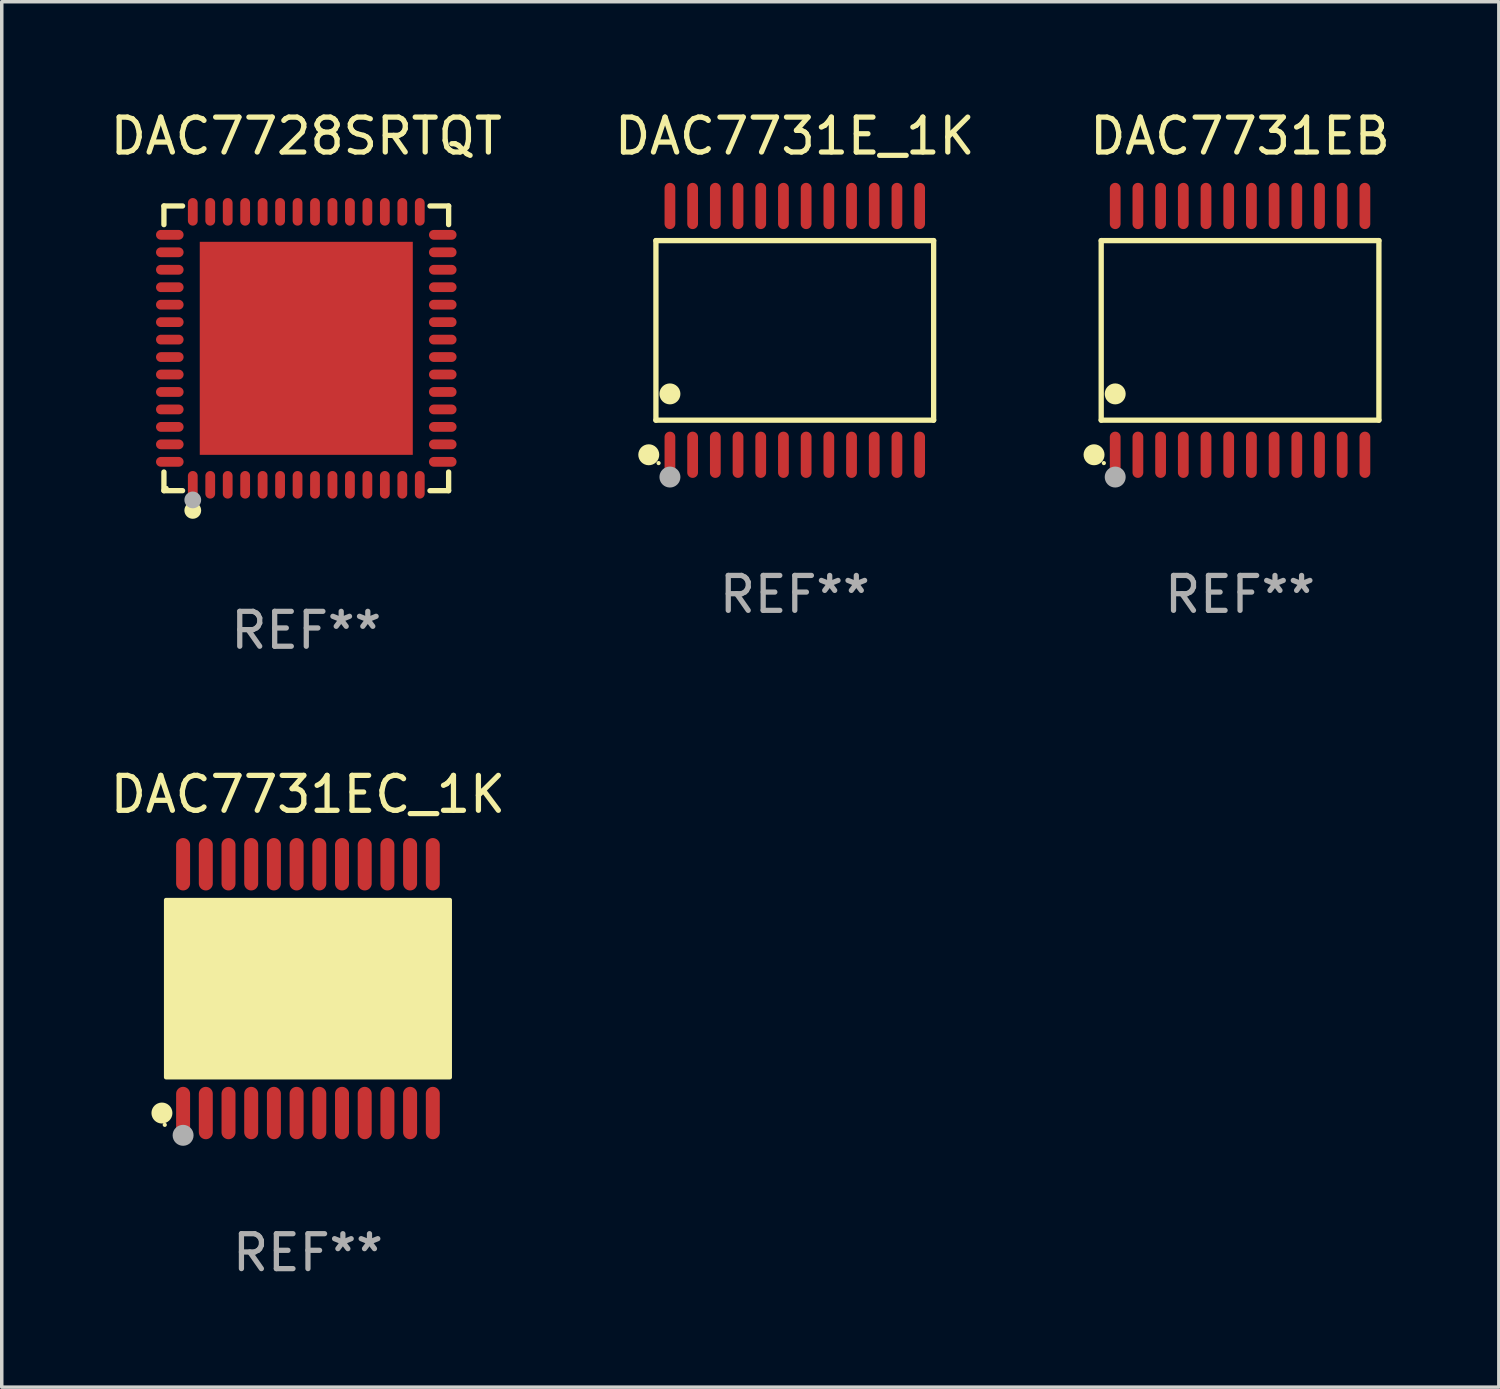
<source format=kicad_pcb>
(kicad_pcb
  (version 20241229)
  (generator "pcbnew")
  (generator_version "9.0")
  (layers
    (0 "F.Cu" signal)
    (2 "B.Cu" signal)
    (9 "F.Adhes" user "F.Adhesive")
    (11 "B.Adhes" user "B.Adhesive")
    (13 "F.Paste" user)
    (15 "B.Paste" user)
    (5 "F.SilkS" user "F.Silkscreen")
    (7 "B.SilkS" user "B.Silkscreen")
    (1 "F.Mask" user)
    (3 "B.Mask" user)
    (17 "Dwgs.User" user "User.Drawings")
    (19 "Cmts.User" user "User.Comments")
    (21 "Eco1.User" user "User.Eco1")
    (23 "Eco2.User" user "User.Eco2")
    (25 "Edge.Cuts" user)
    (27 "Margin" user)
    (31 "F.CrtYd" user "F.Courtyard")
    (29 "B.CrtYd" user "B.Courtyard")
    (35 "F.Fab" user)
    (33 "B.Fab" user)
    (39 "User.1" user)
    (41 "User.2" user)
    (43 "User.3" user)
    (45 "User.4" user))
  (footprint "DAC7731EB"
    (layer "F.Cu")
    (at 32.458 6.41)
    (property "Reference" "DAC7731EB" (at 0 -5.562 0) (layer "F.SilkS") (effects (font (size 1 1) (thickness 0.15))))
    (attr through_hole)
    (fp_line (start -3.976 -2.571) (end 3.976 -2.571) (stroke (width 0.152) (type solid)) (layer "F.SilkS"))
    (fp_line (start -3.976 2.571) (end -3.976 -2.571) (stroke (width 0.152) (type solid)) (layer "F.SilkS"))
    (fp_line (start 3.976 -2.571) (end 3.976 2.571) (stroke (width 0.152) (type solid)) (layer "F.SilkS"))
    (fp_line (start 3.976 2.571) (end -3.976 2.571) (stroke (width 0.152) (type solid)) (layer "F.SilkS"))
    (fp_circle (center -4.181 3.562) (end -4.031 3.562) (stroke (width 0.3) (type solid)) (fill no) (layer "F.SilkS"))
    (fp_circle (center -3.9 3.8) (end -3.87 3.8) (stroke (width 0.06) (type solid)) (fill no) (layer "F.SilkS"))
    (fp_circle (center -3.575 1.819) (end -3.425 1.819) (stroke (width 0.3) (type solid)) (fill no) (layer "F.SilkS"))
    (fp_circle (center -3.575 4.2) (end -3.425 4.2) (stroke (width 0.3) (type solid)) (fill no) (layer "F.Fab"))
    (fp_text user "REF**" (at 0 7.562 0) (layer "F.Fab") (effects (font (size 1 1) (thickness 0.15))))
    (pad "1" smd oval (at -3.575 3.562) (size 0.308 1.324) (layers "F.Cu" "F.Mask" "F.Paste"))
    (pad "2" smd oval (at -2.925 3.562) (size 0.308 1.324) (layers "F.Cu" "F.Mask" "F.Paste"))
    (pad "3" smd oval (at -2.275 3.562) (size 0.308 1.324) (layers "F.Cu" "F.Mask" "F.Paste"))
    (pad "4" smd oval (at -1.625 3.562) (size 0.308 1.324) (layers "F.Cu" "F.Mask" "F.Paste"))
    (pad "5" smd oval (at -0.975 3.562) (size 0.308 1.324) (layers "F.Cu" "F.Mask" "F.Paste"))
    (pad "6" smd oval (at -0.325 3.562) (size 0.308 1.324) (layers "F.Cu" "F.Mask" "F.Paste"))
    (pad "7" smd oval (at 0.325 3.562) (size 0.308 1.324) (layers "F.Cu" "F.Mask" "F.Paste"))
    (pad "8" smd oval (at 0.975 3.562) (size 0.308 1.324) (layers "F.Cu" "F.Mask" "F.Paste"))
    (pad "9" smd oval (at 1.625 3.562) (size 0.308 1.324) (layers "F.Cu" "F.Mask" "F.Paste"))
    (pad "10" smd oval (at 2.275 3.562) (size 0.308 1.324) (layers "F.Cu" "F.Mask" "F.Paste"))
    (pad "11" smd oval (at 2.925 3.562) (size 0.308 1.324) (layers "F.Cu" "F.Mask" "F.Paste"))
    (pad "12" smd oval (at 3.575 3.562) (size 0.308 1.324) (layers "F.Cu" "F.Mask" "F.Paste"))
    (pad "13" smd oval (at 3.575 -3.562) (size 0.308 1.324) (layers "F.Cu" "F.Mask" "F.Paste"))
    (pad "14" smd oval (at 2.925 -3.562) (size 0.308 1.324) (layers "F.Cu" "F.Mask" "F.Paste"))
    (pad "15" smd oval (at 2.275 -3.562) (size 0.308 1.324) (layers "F.Cu" "F.Mask" "F.Paste"))
    (pad "16" smd oval (at 1.625 -3.562) (size 0.308 1.324) (layers "F.Cu" "F.Mask" "F.Paste"))
    (pad "17" smd oval (at 0.975 -3.562) (size 0.308 1.324) (layers "F.Cu" "F.Mask" "F.Paste"))
    (pad "18" smd oval (at 0.325 -3.562) (size 0.308 1.324) (layers "F.Cu" "F.Mask" "F.Paste"))
    (pad "19" smd oval (at -0.325 -3.562) (size 0.308 1.324) (layers "F.Cu" "F.Mask" "F.Paste"))
    (pad "20" smd oval (at -0.975 -3.562) (size 0.308 1.324) (layers "F.Cu" "F.Mask" "F.Paste"))
    (pad "21" smd oval (at -1.625 -3.562) (size 0.308 1.324) (layers "F.Cu" "F.Mask" "F.Paste"))
    (pad "22" smd oval (at -2.275 -3.562) (size 0.308 1.324) (layers "F.Cu" "F.Mask" "F.Paste"))
    (pad "23" smd oval (at -2.925 -3.562) (size 0.308 1.324) (layers "F.Cu" "F.Mask" "F.Paste"))
    (pad "24" smd oval (at -3.575 -3.562) (size 0.308 1.324) (layers "F.Cu" "F.Mask" "F.Paste")))
  (footprint "DAC7728SRTQT"
    (layer "F.Cu")
    (at 5.72 6.924)
    (property "Reference" "DAC7728SRTQT" (at 0 -6.076 0) (layer "F.SilkS") (effects (font (size 1 1) (thickness 0.15))))
    (attr through_hole)
    (fp_line (start -4.076 -4.076) (end -4.076 -3.542) (stroke (width 0.152) (type solid)) (layer "F.SilkS"))
    (fp_line (start -4.076 4.076) (end -4.076 3.542) (stroke (width 0.152) (type solid)) (layer "F.SilkS"))
    (fp_line (start -3.542 -4.076) (end -4.076 -4.076) (stroke (width 0.152) (type solid)) (layer "F.SilkS"))
    (fp_line (start -3.542 4.076) (end -4.076 4.076) (stroke (width 0.152) (type solid)) (layer "F.SilkS"))
    (fp_line (start 3.542 -4.076) (end 4.076 -4.076) (stroke (width 0.152) (type solid)) (layer "F.SilkS"))
    (fp_line (start 3.542 4.076) (end 4.076 4.076) (stroke (width 0.152) (type solid)) (layer "F.SilkS"))
    (fp_line (start 4.076 -4.076) (end 4.076 -3.542) (stroke (width 0.152) (type solid)) (layer "F.SilkS"))
    (fp_line (start 4.076 4.076) (end 4.076 3.542) (stroke (width 0.152) (type solid)) (layer "F.SilkS"))
    (fp_circle (center -4 4) (end -3.97 4) (stroke (width 0.06) (type solid)) (fill no) (layer "F.SilkS"))
    (fp_circle (center -3.25 4.641) (end -3.13 4.641) (stroke (width 0.24) (type solid)) (fill no) (layer "F.SilkS"))
    (fp_circle (center -3.25 4.341) (end -3.13 4.341) (stroke (width 0.24) (type solid)) (fill no) (layer "F.Fab"))
    (fp_text user "REF**" (at 0 8.076 0) (layer "F.Fab") (effects (font (size 1 1) (thickness 0.15))))
    (pad "1" smd oval (at -3.25 3.908) (size 0.28 0.79) (layers "F.Cu" "F.Mask" "F.Paste"))
    (pad "2" smd oval (at -2.75 3.908) (size 0.28 0.79) (layers "F.Cu" "F.Mask" "F.Paste"))
    (pad "3" smd oval (at -2.25 3.908) (size 0.28 0.79) (layers "F.Cu" "F.Mask" "F.Paste"))
    (pad "4" smd oval (at -1.75 3.908) (size 0.28 0.79) (layers "F.Cu" "F.Mask" "F.Paste"))
    (pad "5" smd oval (at -1.25 3.908) (size 0.28 0.79) (layers "F.Cu" "F.Mask" "F.Paste"))
    (pad "6" smd oval (at -0.75 3.908) (size 0.28 0.79) (layers "F.Cu" "F.Mask" "F.Paste"))
    (pad "7" smd oval (at -0.25 3.908) (size 0.28 0.79) (layers "F.Cu" "F.Mask" "F.Paste"))
    (pad "8" smd oval (at 0.25 3.908) (size 0.28 0.79) (layers "F.Cu" "F.Mask" "F.Paste"))
    (pad "9" smd oval (at 0.75 3.908) (size 0.28 0.79) (layers "F.Cu" "F.Mask" "F.Paste"))
    (pad "10" smd oval (at 1.25 3.908) (size 0.28 0.79) (layers "F.Cu" "F.Mask" "F.Paste"))
    (pad "11" smd oval (at 1.75 3.908) (size 0.28 0.79) (layers "F.Cu" "F.Mask" "F.Paste"))
    (pad "12" smd oval (at 2.25 3.908) (size 0.28 0.79) (layers "F.Cu" "F.Mask" "F.Paste"))
    (pad "13" smd oval (at 2.75 3.908) (size 0.28 0.79) (layers "F.Cu" "F.Mask" "F.Paste"))
    (pad "14" smd oval (at 3.25 3.908) (size 0.28 0.79) (layers "F.Cu" "F.Mask" "F.Paste"))
    (pad "15" smd oval (at 3.908 3.25) (size 0.79 0.28) (layers "F.Cu" "F.Mask" "F.Paste"))
    (pad "16" smd oval (at 3.908 2.75) (size 0.79 0.28) (layers "F.Cu" "F.Mask" "F.Paste"))
    (pad "17" smd oval (at 3.908 2.25) (size 0.79 0.28) (layers "F.Cu" "F.Mask" "F.Paste"))
    (pad "18" smd oval (at 3.908 1.75) (size 0.79 0.28) (layers "F.Cu" "F.Mask" "F.Paste"))
    (pad "19" smd oval (at 3.908 1.25) (size 0.79 0.28) (layers "F.Cu" "F.Mask" "F.Paste"))
    (pad "20" smd oval (at 3.908 0.75) (size 0.79 0.28) (layers "F.Cu" "F.Mask" "F.Paste"))
    (pad "21" smd oval (at 3.908 0.25) (size 0.79 0.28) (layers "F.Cu" "F.Mask" "F.Paste"))
    (pad "22" smd oval (at 3.908 -0.25) (size 0.79 0.28) (layers "F.Cu" "F.Mask" "F.Paste"))
    (pad "23" smd oval (at 3.908 -0.75) (size 0.79 0.28) (layers "F.Cu" "F.Mask" "F.Paste"))
    (pad "24" smd oval (at 3.908 -1.25) (size 0.79 0.28) (layers "F.Cu" "F.Mask" "F.Paste"))
    (pad "25" smd oval (at 3.908 -1.75) (size 0.79 0.28) (layers "F.Cu" "F.Mask" "F.Paste"))
    (pad "26" smd oval (at 3.908 -2.25) (size 0.79 0.28) (layers "F.Cu" "F.Mask" "F.Paste"))
    (pad "27" smd oval (at 3.908 -2.75) (size 0.79 0.28) (layers "F.Cu" "F.Mask" "F.Paste"))
    (pad "28" smd oval (at 3.908 -3.25) (size 0.79 0.28) (layers "F.Cu" "F.Mask" "F.Paste"))
    (pad "29" smd oval (at 3.25 -3.908) (size 0.28 0.79) (layers "F.Cu" "F.Mask" "F.Paste"))
    (pad "30" smd oval (at 2.75 -3.908) (size 0.28 0.79) (layers "F.Cu" "F.Mask" "F.Paste"))
    (pad "31" smd oval (at 2.25 -3.908) (size 0.28 0.79) (layers "F.Cu" "F.Mask" "F.Paste"))
    (pad "32" smd oval (at 1.75 -3.908) (size 0.28 0.79) (layers "F.Cu" "F.Mask" "F.Paste"))
    (pad "33" smd oval (at 1.25 -3.908) (size 0.28 0.79) (layers "F.Cu" "F.Mask" "F.Paste"))
    (pad "34" smd oval (at 0.75 -3.908) (size 0.28 0.79) (layers "F.Cu" "F.Mask" "F.Paste"))
    (pad "35" smd oval (at 0.25 -3.908) (size 0.28 0.79) (layers "F.Cu" "F.Mask" "F.Paste"))
    (pad "36" smd oval (at -0.25 -3.908) (size 0.28 0.79) (layers "F.Cu" "F.Mask" "F.Paste"))
    (pad "37" smd oval (at -0.75 -3.908) (size 0.28 0.79) (layers "F.Cu" "F.Mask" "F.Paste"))
    (pad "38" smd oval (at -1.25 -3.908) (size 0.28 0.79) (layers "F.Cu" "F.Mask" "F.Paste"))
    (pad "39" smd oval (at -1.75 -3.908) (size 0.28 0.79) (layers "F.Cu" "F.Mask" "F.Paste"))
    (pad "40" smd oval (at -2.25 -3.908) (size 0.28 0.79) (layers "F.Cu" "F.Mask" "F.Paste"))
    (pad "41" smd oval (at -2.75 -3.908) (size 0.28 0.79) (layers "F.Cu" "F.Mask" "F.Paste"))
    (pad "42" smd oval (at -3.25 -3.908) (size 0.28 0.79) (layers "F.Cu" "F.Mask" "F.Paste"))
    (pad "43" smd oval (at -3.908 -3.25) (size 0.79 0.28) (layers "F.Cu" "F.Mask" "F.Paste"))
    (pad "44" smd oval (at -3.908 -2.75) (size 0.79 0.28) (layers "F.Cu" "F.Mask" "F.Paste"))
    (pad "45" smd oval (at -3.908 -2.25) (size 0.79 0.28) (layers "F.Cu" "F.Mask" "F.Paste"))
    (pad "46" smd oval (at -3.908 -1.75) (size 0.79 0.28) (layers "F.Cu" "F.Mask" "F.Paste"))
    (pad "47" smd oval (at -3.908 -1.25) (size 0.79 0.28) (layers "F.Cu" "F.Mask" "F.Paste"))
    (pad "48" smd oval (at -3.908 -0.75) (size 0.79 0.28) (layers "F.Cu" "F.Mask" "F.Paste"))
    (pad "49" smd oval (at -3.908 -0.25) (size 0.79 0.28) (layers "F.Cu" "F.Mask" "F.Paste"))
    (pad "50" smd oval (at -3.908 0.25) (size 0.79 0.28) (layers "F.Cu" "F.Mask" "F.Paste"))
    (pad "51" smd oval (at -3.908 0.75) (size 0.79 0.28) (layers "F.Cu" "F.Mask" "F.Paste"))
    (pad "52" smd oval (at -3.908 1.25) (size 0.79 0.28) (layers "F.Cu" "F.Mask" "F.Paste"))
    (pad "53" smd oval (at -3.908 1.75) (size 0.79 0.28) (layers "F.Cu" "F.Mask" "F.Paste"))
    (pad "54" smd oval (at -3.908 2.25) (size 0.79 0.28) (layers "F.Cu" "F.Mask" "F.Paste"))
    (pad "55" smd oval (at -3.908 2.75) (size 0.79 0.28) (layers "F.Cu" "F.Mask" "F.Paste"))
    (pad "56" smd oval (at -3.908 3.25) (size 0.79 0.28) (layers "F.Cu" "F.Mask" "F.Paste"))
    (pad "57" smd rect (at 0 0) (size 6.1 6.1) (layers "F.Cu" "F.Mask" "F.Paste")))
  (footprint "DAC7731E_1K"
    (layer "F.Cu")
    (at 19.708 6.41)
    (property "Reference" "DAC7731E_1K" (at 0 -5.562 0) (layer "F.SilkS") (effects (font (size 1 1) (thickness 0.15))))
    (attr through_hole)
    (fp_line (start -3.976 -2.571) (end 3.976 -2.571) (stroke (width 0.152) (type solid)) (layer "F.SilkS"))
    (fp_line (start -3.976 2.571) (end -3.976 -2.571) (stroke (width 0.152) (type solid)) (layer "F.SilkS"))
    (fp_line (start 3.976 -2.571) (end 3.976 2.571) (stroke (width 0.152) (type solid)) (layer "F.SilkS"))
    (fp_line (start 3.976 2.571) (end -3.976 2.571) (stroke (width 0.152) (type solid)) (layer "F.SilkS"))
    (fp_circle (center -4.181 3.562) (end -4.031 3.562) (stroke (width 0.3) (type solid)) (fill no) (layer "F.SilkS"))
    (fp_circle (center -3.9 3.8) (end -3.87 3.8) (stroke (width 0.06) (type solid)) (fill no) (layer "F.SilkS"))
    (fp_circle (center -3.575 1.819) (end -3.425 1.819) (stroke (width 0.3) (type solid)) (fill no) (layer "F.SilkS"))
    (fp_circle (center -3.575 4.2) (end -3.425 4.2) (stroke (width 0.3) (type solid)) (fill no) (layer "F.Fab"))
    (fp_text user "REF**" (at 0 7.562 0) (layer "F.Fab") (effects (font (size 1 1) (thickness 0.15))))
    (pad "1" smd oval (at -3.575 3.562) (size 0.308 1.324) (layers "F.Cu" "F.Mask" "F.Paste"))
    (pad "2" smd oval (at -2.925 3.562) (size 0.308 1.324) (layers "F.Cu" "F.Mask" "F.Paste"))
    (pad "3" smd oval (at -2.275 3.562) (size 0.308 1.324) (layers "F.Cu" "F.Mask" "F.Paste"))
    (pad "4" smd oval (at -1.625 3.562) (size 0.308 1.324) (layers "F.Cu" "F.Mask" "F.Paste"))
    (pad "5" smd oval (at -0.975 3.562) (size 0.308 1.324) (layers "F.Cu" "F.Mask" "F.Paste"))
    (pad "6" smd oval (at -0.325 3.562) (size 0.308 1.324) (layers "F.Cu" "F.Mask" "F.Paste"))
    (pad "7" smd oval (at 0.325 3.562) (size 0.308 1.324) (layers "F.Cu" "F.Mask" "F.Paste"))
    (pad "8" smd oval (at 0.975 3.562) (size 0.308 1.324) (layers "F.Cu" "F.Mask" "F.Paste"))
    (pad "9" smd oval (at 1.625 3.562) (size 0.308 1.324) (layers "F.Cu" "F.Mask" "F.Paste"))
    (pad "10" smd oval (at 2.275 3.562) (size 0.308 1.324) (layers "F.Cu" "F.Mask" "F.Paste"))
    (pad "11" smd oval (at 2.925 3.562) (size 0.308 1.324) (layers "F.Cu" "F.Mask" "F.Paste"))
    (pad "12" smd oval (at 3.575 3.562) (size 0.308 1.324) (layers "F.Cu" "F.Mask" "F.Paste"))
    (pad "13" smd oval (at 3.575 -3.562) (size 0.308 1.324) (layers "F.Cu" "F.Mask" "F.Paste"))
    (pad "14" smd oval (at 2.925 -3.562) (size 0.308 1.324) (layers "F.Cu" "F.Mask" "F.Paste"))
    (pad "15" smd oval (at 2.275 -3.562) (size 0.308 1.324) (layers "F.Cu" "F.Mask" "F.Paste"))
    (pad "16" smd oval (at 1.625 -3.562) (size 0.308 1.324) (layers "F.Cu" "F.Mask" "F.Paste"))
    (pad "17" smd oval (at 0.975 -3.562) (size 0.308 1.324) (layers "F.Cu" "F.Mask" "F.Paste"))
    (pad "18" smd oval (at 0.325 -3.562) (size 0.308 1.324) (layers "F.Cu" "F.Mask" "F.Paste"))
    (pad "19" smd oval (at -0.325 -3.562) (size 0.308 1.324) (layers "F.Cu" "F.Mask" "F.Paste"))
    (pad "20" smd oval (at -0.975 -3.562) (size 0.308 1.324) (layers "F.Cu" "F.Mask" "F.Paste"))
    (pad "21" smd oval (at -1.625 -3.562) (size 0.308 1.324) (layers "F.Cu" "F.Mask" "F.Paste"))
    (pad "22" smd oval (at -2.275 -3.562) (size 0.308 1.324) (layers "F.Cu" "F.Mask" "F.Paste"))
    (pad "23" smd oval (at -2.925 -3.562) (size 0.308 1.324) (layers "F.Cu" "F.Mask" "F.Paste"))
    (pad "24" smd oval (at -3.575 -3.562) (size 0.308 1.324) (layers "F.Cu" "F.Mask" "F.Paste")))
  (footprint "DAC7731EC_1K"
    (layer "F.Cu")
    (at 5.768 25.259)
    (property "Reference" "DAC7731EC_1K" (at 0 -5.562 0) (layer "F.SilkS") (effects (font (size 1 1) (thickness 0.15))))
    (attr through_hole)
    (fp_circle (center -4.181 3.562) (end -4.031 3.562) (stroke (width 0.3) (type solid)) (fill no) (layer "F.SilkS"))
    (fp_circle (center -4.1 3.9) (end -4.07 3.9) (stroke (width 0.06) (type solid)) (fill no) (layer "F.SilkS"))
    (fp_circle (center -3.575 1.819) (end -3.425 1.819) (stroke (width 0.3) (type solid)) (fill no) (layer "F.SilkS"))
    (fp_poly (pts (xy -4.064 -2.54) (xy 4.064 -2.54) (xy 4.064 2.54) (xy -4.064 2.54)) (stroke (width 0.12) (type solid)) (fill yes) (layer "F.SilkS"))
    (fp_circle (center -3.575 4.2) (end -3.425 4.2) (stroke (width 0.3) (type solid)) (fill no) (layer "F.Fab"))
    (fp_text user "REF**" (at 0 7.562 0) (layer "F.Fab") (effects (font (size 1 1) (thickness 0.15))))
    (pad "1" smd oval (at -3.575 3.562) (size 0.4 1.5) (layers "F.Cu" "F.Mask" "F.Paste"))
    (pad "2" smd oval (at -2.925 3.562) (size 0.4 1.5) (layers "F.Cu" "F.Mask" "F.Paste"))
    (pad "3" smd oval (at -2.275 3.562) (size 0.4 1.5) (layers "F.Cu" "F.Mask" "F.Paste"))
    (pad "4" smd oval (at -1.625 3.562) (size 0.4 1.5) (layers "F.Cu" "F.Mask" "F.Paste"))
    (pad "5" smd oval (at -0.975 3.562) (size 0.4 1.5) (layers "F.Cu" "F.Mask" "F.Paste"))
    (pad "6" smd oval (at -0.325 3.562) (size 0.4 1.5) (layers "F.Cu" "F.Mask" "F.Paste"))
    (pad "7" smd oval (at 0.325 3.562) (size 0.4 1.5) (layers "F.Cu" "F.Mask" "F.Paste"))
    (pad "8" smd oval (at 0.975 3.562) (size 0.4 1.5) (layers "F.Cu" "F.Mask" "F.Paste"))
    (pad "9" smd oval (at 1.625 3.562) (size 0.4 1.5) (layers "F.Cu" "F.Mask" "F.Paste"))
    (pad "10" smd oval (at 2.275 3.562) (size 0.4 1.5) (layers "F.Cu" "F.Mask" "F.Paste"))
    (pad "11" smd oval (at 2.925 3.562) (size 0.4 1.5) (layers "F.Cu" "F.Mask" "F.Paste"))
    (pad "12" smd oval (at 3.575 3.562) (size 0.4 1.5) (layers "F.Cu" "F.Mask" "F.Paste"))
    (pad "13" smd oval (at 3.575 -3.562) (size 0.4 1.5) (layers "F.Cu" "F.Mask" "F.Paste"))
    (pad "14" smd oval (at 2.925 -3.562) (size 0.4 1.5) (layers "F.Cu" "F.Mask" "F.Paste"))
    (pad "15" smd oval (at 2.275 -3.562) (size 0.4 1.5) (layers "F.Cu" "F.Mask" "F.Paste"))
    (pad "16" smd oval (at 1.625 -3.562) (size 0.4 1.5) (layers "F.Cu" "F.Mask" "F.Paste"))
    (pad "17" smd oval (at 0.975 -3.562) (size 0.4 1.5) (layers "F.Cu" "F.Mask" "F.Paste"))
    (pad "18" smd oval (at 0.325 -3.562) (size 0.4 1.5) (layers "F.Cu" "F.Mask" "F.Paste"))
    (pad "19" smd oval (at -0.325 -3.562) (size 0.4 1.5) (layers "F.Cu" "F.Mask" "F.Paste"))
    (pad "20" smd oval (at -0.975 -3.562) (size 0.4 1.5) (layers "F.Cu" "F.Mask" "F.Paste"))
    (pad "21" smd oval (at -1.625 -3.562) (size 0.4 1.5) (layers "F.Cu" "F.Mask" "F.Paste"))
    (pad "22" smd oval (at -2.275 -3.562) (size 0.4 1.5) (layers "F.Cu" "F.Mask" "F.Paste"))
    (pad "23" smd oval (at -2.925 -3.562) (size 0.4 1.5) (layers "F.Cu" "F.Mask" "F.Paste"))
    (pad "24" smd oval (at -3.575 -3.562) (size 0.4 1.5) (layers "F.Cu" "F.Mask" "F.Paste")))
  (gr_rect
    (start -3 -3)
    (end 39.868 36.67)
    (stroke (width 0.1) (type default))
    (fill no)
    (layer "Edge.Cuts")))
</source>
